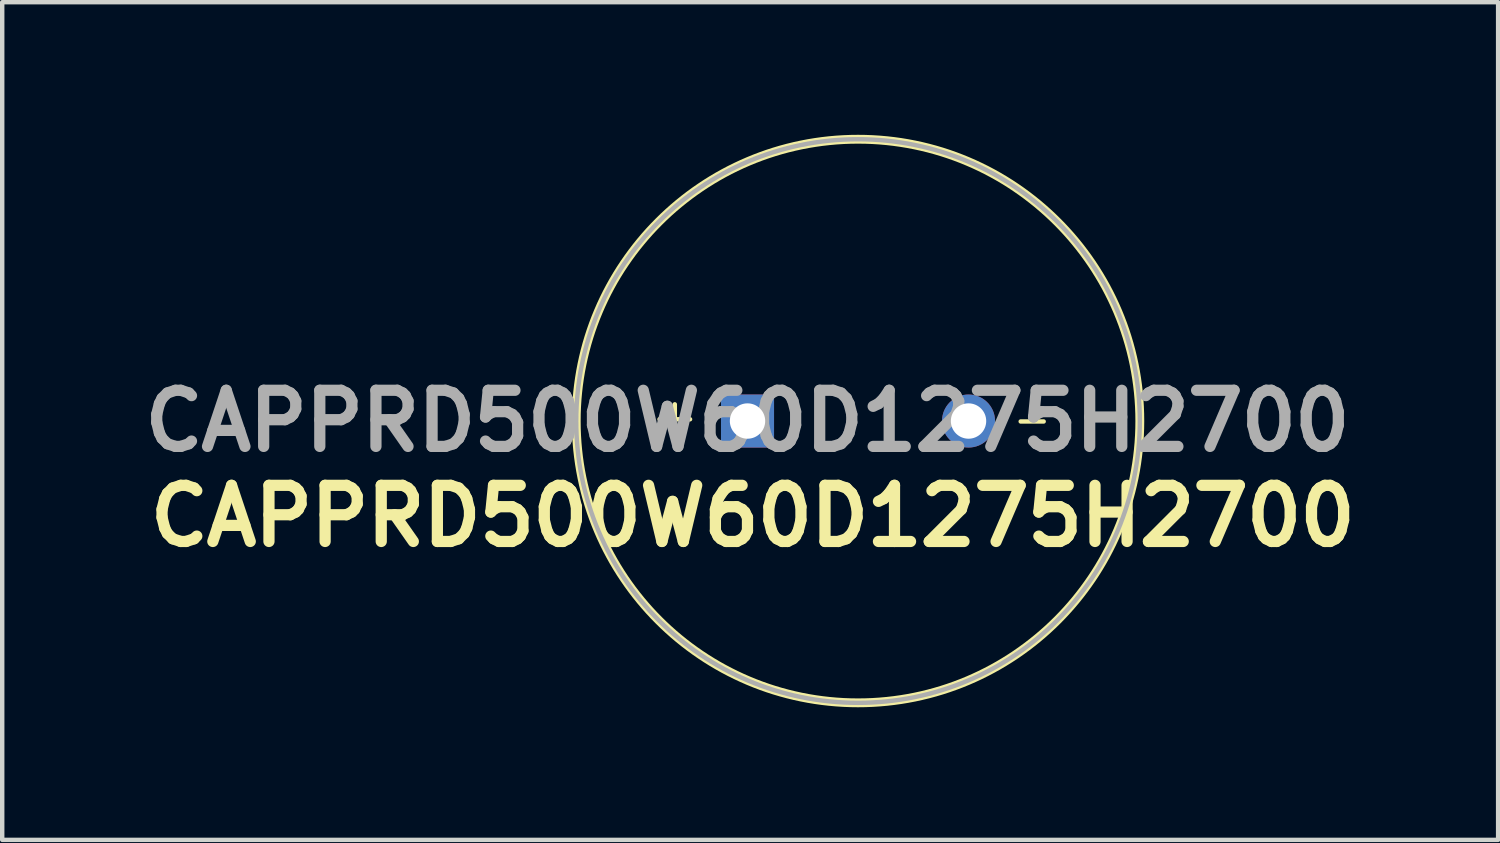
<source format=kicad_pcb>
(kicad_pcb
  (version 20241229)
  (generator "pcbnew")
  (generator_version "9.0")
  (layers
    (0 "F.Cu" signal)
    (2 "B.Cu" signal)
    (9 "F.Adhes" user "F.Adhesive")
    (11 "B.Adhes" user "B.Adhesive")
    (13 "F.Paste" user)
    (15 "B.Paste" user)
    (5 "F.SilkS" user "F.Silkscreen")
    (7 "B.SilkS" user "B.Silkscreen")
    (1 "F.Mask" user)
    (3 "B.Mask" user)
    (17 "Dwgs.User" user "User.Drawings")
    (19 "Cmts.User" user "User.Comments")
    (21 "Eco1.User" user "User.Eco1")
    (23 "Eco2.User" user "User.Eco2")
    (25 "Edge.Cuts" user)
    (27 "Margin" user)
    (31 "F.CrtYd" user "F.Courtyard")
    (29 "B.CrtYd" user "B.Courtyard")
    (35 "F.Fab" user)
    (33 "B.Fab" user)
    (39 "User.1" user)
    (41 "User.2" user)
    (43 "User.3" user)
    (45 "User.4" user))
  (footprint "CAPPRD500W60D1275H2700"
    (layer "F.Cu")
    (at 13.861 6.475)
    (property "Reference" "CAPPRD500W60D1275H2700" (at 0.12 2.15 0) (layer "F.SilkS") (effects (font (size 1.27 1.27) (thickness 0.254))))
    (attr through_hole)
    (fp_line (start -1.99 -0.04) (end -1.3 -0.04) (stroke (width 0.1) (type default)) (layer "F.SilkS"))
    (fp_line (start -1.645 -0.378) (end -1.645 0.297) (stroke (width 0.1) (type default)) (layer "F.SilkS"))
    (fp_line (start 6.18 0.01) (end 6.7 0.01) (stroke (width 0.1) (type default)) (layer "F.SilkS"))
    (fp_circle (center 2.5 0) (end 2.5 6.375) (stroke (width 0.2) (type solid)) (fill no) (layer "F.SilkS"))
    (fp_circle (center 2.5 0) (end 2.5 6.375) (stroke (width 0.1) (type solid)) (fill no) (layer "F.Fab"))
    (fp_text user "${REFERENCE}" (at 0 0 0) (layer "F.Fab") (effects (font (size 1.27 1.27) (thickness 0.254))))
    (pad "1" thru_hole rect (at 0 0) (size 1.2 1.2) (drill 0.8) (layers "*.Cu" "*.Mask"))
    (pad "2" thru_hole circle (at 5 0) (size 1.2 1.2) (drill 0.8) (layers "*.Cu" "*.Mask")))
  (gr_rect
    (start -3 -3)
    (end 30.842 15.95)
    (stroke (width 0.1) (type default))
    (fill no)
    (layer "Edge.Cuts")))
</source>
